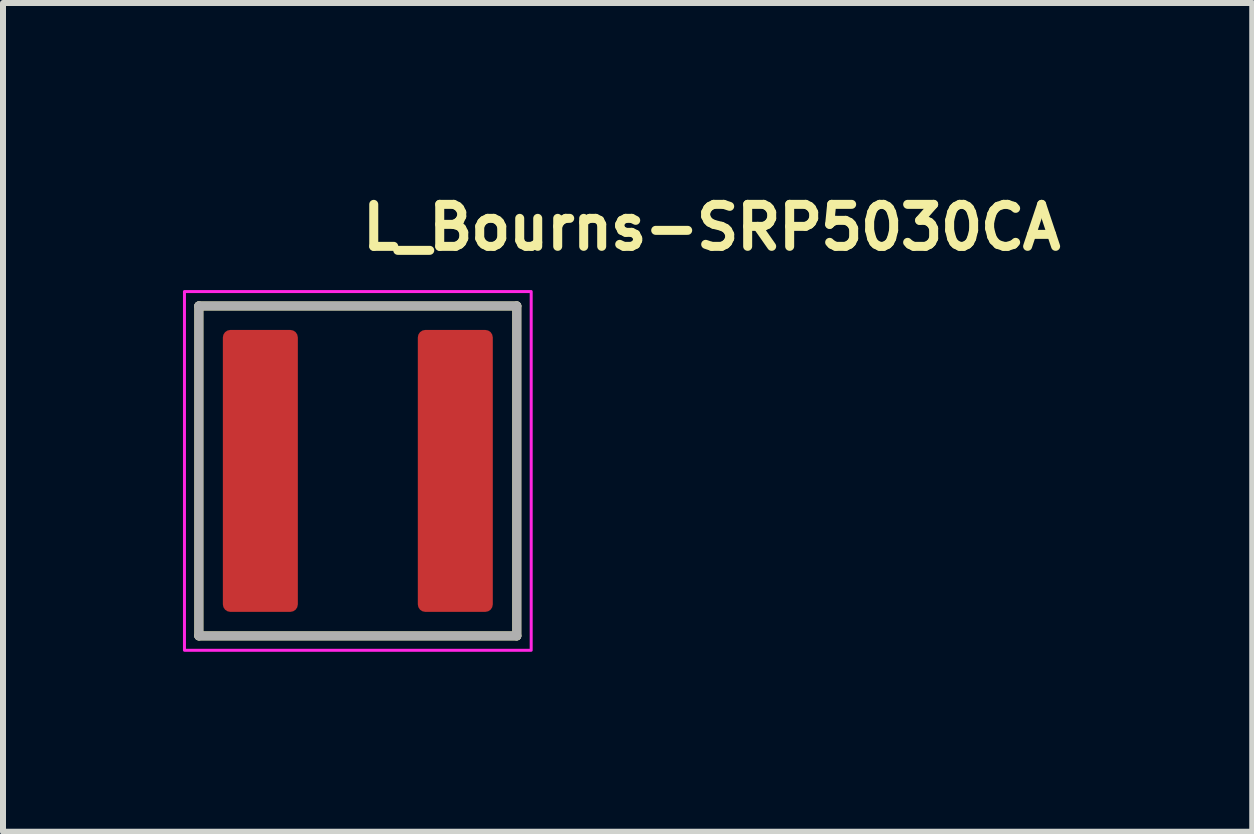
<source format=kicad_pcb>
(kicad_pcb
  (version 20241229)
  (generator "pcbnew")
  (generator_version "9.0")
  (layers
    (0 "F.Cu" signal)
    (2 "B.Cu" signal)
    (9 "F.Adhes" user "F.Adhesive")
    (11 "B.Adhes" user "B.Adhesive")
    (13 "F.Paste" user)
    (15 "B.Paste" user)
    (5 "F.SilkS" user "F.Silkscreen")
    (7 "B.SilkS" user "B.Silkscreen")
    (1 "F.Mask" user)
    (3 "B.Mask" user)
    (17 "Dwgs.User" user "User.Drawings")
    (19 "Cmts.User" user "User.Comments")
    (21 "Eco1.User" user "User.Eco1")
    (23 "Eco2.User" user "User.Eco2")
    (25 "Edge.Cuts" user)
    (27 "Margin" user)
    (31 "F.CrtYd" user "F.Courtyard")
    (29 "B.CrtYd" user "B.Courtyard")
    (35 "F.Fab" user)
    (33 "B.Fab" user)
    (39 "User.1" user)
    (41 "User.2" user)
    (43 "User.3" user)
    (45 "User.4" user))
  (footprint "L_Bourns-SRP5030CA"
    (layer "F.Cu")
    (at 2.915 4.8)
    (property "Reference" "L_Bourns-SRP5030CA" (at 0 -3.65 0) (layer "F.SilkS") (effects (font (size 0.7 0.7) (thickness 0.15)) (justify left bottom)))
    (attr smd)
    (fp_line (start -2.65 -2.75) (end 2.65 -2.75) (stroke (width 0.15) (type solid)) (layer "F.SilkS"))
    (fp_line (start -2.65 2.75) (end -2.65 -2.75) (stroke (width 0.15) (type solid)) (layer "F.SilkS"))
    (fp_line (start -2.65 2.75) (end 2.65 2.75) (stroke (width 0.15) (type solid)) (layer "F.SilkS"))
    (fp_line (start 2.65 2.75) (end 2.65 -2.75) (stroke (width 0.15) (type solid)) (layer "F.SilkS"))
    (fp_rect (start -2.89 -2.99) (end 2.89 2.99) (stroke (width 0.05) (type solid)) (fill no) (layer "F.CrtYd"))
    (fp_line (start -2.65 -2.75) (end 2.65 -2.75) (stroke (width 0.15) (type solid)) (layer "F.Fab"))
    (fp_line (start -2.65 2.75) (end -2.65 -2.75) (stroke (width 0.15) (type solid)) (layer "F.Fab"))
    (fp_line (start 2.65 -2.75) (end 2.65 2.75) (stroke (width 0.15) (type solid)) (layer "F.Fab"))
    (fp_line (start 2.65 2.75) (end -2.65 2.75) (stroke (width 0.15) (type solid)) (layer "F.Fab"))
    (fp_rect (start -2.64 -2.74) (end 2.64 2.74) (stroke (width 0.1) (type solid)) (fill no) (layer "User.5"))
    (fp_line (start -2.64 -2.54) (end -2.64 2.54) (stroke (width 0.02) (type solid)) (layer "User.9"))
    (fp_line (start -2.64 2.54) (end -2.639 2.549) (stroke (width 0.02) (type solid)) (layer "User.9"))
    (fp_line (start -2.639 -2.559) (end -2.639 -2.549) (stroke (width 0.02) (type solid)) (layer "User.9"))
    (fp_line (start -2.639 -2.549) (end -2.64 -2.54) (stroke (width 0.02) (type solid)) (layer "User.9"))
    (fp_line (start -2.639 2.549) (end -2.639 2.559) (stroke (width 0.02) (type solid)) (layer "User.9"))
    (fp_line (start -2.639 2.559) (end -2.637 2.569) (stroke (width 0.02) (type solid)) (layer "User.9"))
    (fp_line (start -2.637 -2.569) (end -2.639 -2.559) (stroke (width 0.02) (type solid)) (layer "User.9"))
    (fp_line (start -2.637 2.569) (end -2.636 2.579) (stroke (width 0.02) (type solid)) (layer "User.9"))
    (fp_line (start -2.636 -2.579) (end -2.637 -2.569) (stroke (width 0.02) (type solid)) (layer "User.9"))
    (fp_line (start -2.636 2.579) (end -2.633 2.588) (stroke (width 0.02) (type solid)) (layer "User.9"))
    (fp_line (start -2.633 -2.588) (end -2.636 -2.579) (stroke (width 0.02) (type solid)) (layer "User.9"))
    (fp_line (start -2.633 2.588) (end -2.631 2.598) (stroke (width 0.02) (type solid)) (layer "User.9"))
    (fp_line (start -2.631 -2.598) (end -2.633 -2.588) (stroke (width 0.02) (type solid)) (layer "User.9"))
    (fp_line (start -2.631 2.598) (end -2.628 2.607) (stroke (width 0.02) (type solid)) (layer "User.9"))
    (fp_line (start -2.628 -2.607) (end -2.631 -2.598) (stroke (width 0.02) (type solid)) (layer "User.9"))
    (fp_line (start -2.628 2.607) (end -2.624 2.616) (stroke (width 0.02) (type solid)) (layer "User.9"))
    (fp_line (start -2.624 -2.616) (end -2.628 -2.607) (stroke (width 0.02) (type solid)) (layer "User.9"))
    (fp_line (start -2.624 2.616) (end -2.62 2.625) (stroke (width 0.02) (type solid)) (layer "User.9"))
    (fp_line (start -2.62 -2.625) (end -2.624 -2.616) (stroke (width 0.02) (type solid)) (layer "User.9"))
    (fp_line (start -2.62 2.625) (end -2.616 2.634) (stroke (width 0.02) (type solid)) (layer "User.9"))
    (fp_line (start -2.616 -2.634) (end -2.62 -2.625) (stroke (width 0.02) (type solid)) (layer "User.9"))
    (fp_line (start -2.616 2.634) (end -2.611 2.642) (stroke (width 0.02) (type solid)) (layer "User.9"))
    (fp_line (start -2.611 -2.642) (end -2.616 -2.634) (stroke (width 0.02) (type solid)) (layer "User.9"))
    (fp_line (start -2.611 2.642) (end -2.606 2.65) (stroke (width 0.02) (type solid)) (layer "User.9"))
    (fp_line (start -2.606 -2.65) (end -2.611 -2.642) (stroke (width 0.02) (type solid)) (layer "User.9"))
    (fp_line (start -2.606 2.65) (end -2.6 2.658) (stroke (width 0.02) (type solid)) (layer "User.9"))
    (fp_line (start -2.6 -2.658) (end -2.606 -2.65) (stroke (width 0.02) (type solid)) (layer "User.9"))
    (fp_line (start -2.6 2.658) (end -2.594 2.666) (stroke (width 0.02) (type solid)) (layer "User.9"))
    (fp_line (start -2.594 -2.666) (end -2.6 -2.658) (stroke (width 0.02) (type solid)) (layer "User.9"))
    (fp_line (start -2.594 2.666) (end -2.588 2.674) (stroke (width 0.02) (type solid)) (layer "User.9"))
    (fp_line (start -2.588 -2.674) (end -2.594 -2.666) (stroke (width 0.02) (type solid)) (layer "User.9"))
    (fp_line (start -2.588 2.674) (end -2.581 2.681) (stroke (width 0.02) (type solid)) (layer "User.9"))
    (fp_line (start -2.581 -2.681) (end -2.588 -2.674) (stroke (width 0.02) (type solid)) (layer "User.9"))
    (fp_line (start -2.581 -2.681) (end -2.581 -2.681) (stroke (width 0.02) (type solid)) (layer "User.9"))
    (fp_line (start -2.581 2.681) (end -2.581 2.681) (stroke (width 0.02) (type solid)) (layer "User.9"))
    (fp_line (start -2.581 2.681) (end -2.574 2.688) (stroke (width 0.02) (type solid)) (layer "User.9"))
    (fp_line (start -2.574 -2.688) (end -2.581 -2.681) (stroke (width 0.02) (type solid)) (layer "User.9"))
    (fp_line (start -2.574 2.688) (end -2.566 2.694) (stroke (width 0.02) (type solid)) (layer "User.9"))
    (fp_line (start -2.566 -2.694) (end -2.574 -2.688) (stroke (width 0.02) (type solid)) (layer "User.9"))
    (fp_line (start -2.566 2.694) (end -2.558 2.7) (stroke (width 0.02) (type solid)) (layer "User.9"))
    (fp_line (start -2.558 -2.7) (end -2.566 -2.694) (stroke (width 0.02) (type solid)) (layer "User.9"))
    (fp_line (start -2.558 2.7) (end -2.55 2.706) (stroke (width 0.02) (type solid)) (layer "User.9"))
    (fp_line (start -2.55 -2.706) (end -2.558 -2.7) (stroke (width 0.02) (type solid)) (layer "User.9"))
    (fp_line (start -2.55 2.706) (end -2.542 2.711) (stroke (width 0.02) (type solid)) (layer "User.9"))
    (fp_line (start -2.542 -2.711) (end -2.55 -2.706) (stroke (width 0.02) (type solid)) (layer "User.9"))
    (fp_line (start -2.542 2.711) (end -2.534 2.716) (stroke (width 0.02) (type solid)) (layer "User.9"))
    (fp_line (start -2.534 -2.716) (end -2.542 -2.711) (stroke (width 0.02) (type solid)) (layer "User.9"))
    (fp_line (start -2.534 2.716) (end -2.525 2.72) (stroke (width 0.02) (type solid)) (layer "User.9"))
    (fp_line (start -2.525 -2.72) (end -2.534 -2.716) (stroke (width 0.02) (type solid)) (layer "User.9"))
    (fp_line (start -2.525 2.72) (end -2.516 2.724) (stroke (width 0.02) (type solid)) (layer "User.9"))
    (fp_line (start -2.516 -2.724) (end -2.525 -2.72) (stroke (width 0.02) (type solid)) (layer "User.9"))
    (fp_line (start -2.516 2.724) (end -2.507 2.728) (stroke (width 0.02) (type solid)) (layer "User.9"))
    (fp_line (start -2.507 -2.728) (end -2.516 -2.724) (stroke (width 0.02) (type solid)) (layer "User.9"))
    (fp_line (start -2.507 2.728) (end -2.498 2.731) (stroke (width 0.02) (type solid)) (layer "User.9"))
    (fp_line (start -2.498 -2.731) (end -2.507 -2.728) (stroke (width 0.02) (type solid)) (layer "User.9"))
    (fp_line (start -2.498 2.731) (end -2.488 2.733) (stroke (width 0.02) (type solid)) (layer "User.9"))
    (fp_line (start -2.488 -2.733) (end -2.498 -2.731) (stroke (width 0.02) (type solid)) (layer "User.9"))
    (fp_line (start -2.488 2.733) (end -2.479 2.736) (stroke (width 0.02) (type solid)) (layer "User.9"))
    (fp_line (start -2.479 -2.736) (end -2.488 -2.733) (stroke (width 0.02) (type solid)) (layer "User.9"))
    (fp_line (start -2.479 2.736) (end -2.469 2.737) (stroke (width 0.02) (type solid)) (layer "User.9"))
    (fp_line (start -2.469 -2.737) (end -2.479 -2.736) (stroke (width 0.02) (type solid)) (layer "User.9"))
    (fp_line (start -2.469 2.737) (end -2.459 2.739) (stroke (width 0.02) (type solid)) (layer "User.9"))
    (fp_line (start -2.459 -2.739) (end -2.469 -2.737) (stroke (width 0.02) (type solid)) (layer "User.9"))
    (fp_line (start -2.459 2.739) (end -2.449 2.739) (stroke (width 0.02) (type solid)) (layer "User.9"))
    (fp_line (start -2.449 -2.739) (end -2.459 -2.739) (stroke (width 0.02) (type solid)) (layer "User.9"))
    (fp_line (start -2.449 2.739) (end -2.44 2.74) (stroke (width 0.02) (type solid)) (layer "User.9"))
    (fp_line (start -2.44 -2.74) (end -2.449 -2.739) (stroke (width 0.02) (type solid)) (layer "User.9"))
    (fp_line (start -2.44 -2.74) (end 2.44 -2.74) (stroke (width 0.02) (type solid)) (layer "User.9"))
    (fp_line (start -2.44 2.74) (end 2.44 2.74) (stroke (width 0.02) (type solid)) (layer "User.9"))
    (fp_line (start -1.865 -1.974) (end -1.865 2.024) (stroke (width 0.02) (type solid)) (layer "User.9"))
    (fp_line (start -1.865 2.024) (end -1.665 2.024) (stroke (width 0.02) (type solid)) (layer "User.9"))
    (fp_line (start -1.665 -1.974) (end -1.865 -1.974) (stroke (width 0.02) (type solid)) (layer "User.9"))
    (fp_line (start -1.665 2.024) (end -1.665 -1.974) (stroke (width 0.02) (type solid)) (layer "User.9"))
    (fp_line (start 2.44 -2.74) (end -2.44 -2.74) (stroke (width 0.02) (type solid)) (layer "User.9"))
    (fp_line (start 2.44 2.74) (end -2.44 2.74) (stroke (width 0.02) (type solid)) (layer "User.9"))
    (fp_line (start 2.44 2.74) (end 2.449 2.739) (stroke (width 0.02) (type solid)) (layer "User.9"))
    (fp_line (start 2.449 -2.739) (end 2.44 -2.74) (stroke (width 0.02) (type solid)) (layer "User.9"))
    (fp_line (start 2.449 2.739) (end 2.459 2.739) (stroke (width 0.02) (type solid)) (layer "User.9"))
    (fp_line (start 2.459 -2.739) (end 2.449 -2.739) (stroke (width 0.02) (type solid)) (layer "User.9"))
    (fp_line (start 2.459 2.739) (end 2.469 2.737) (stroke (width 0.02) (type solid)) (layer "User.9"))
    (fp_line (start 2.469 -2.737) (end 2.459 -2.739) (stroke (width 0.02) (type solid)) (layer "User.9"))
    (fp_line (start 2.469 2.737) (end 2.479 2.736) (stroke (width 0.02) (type solid)) (layer "User.9"))
    (fp_line (start 2.479 -2.736) (end 2.469 -2.737) (stroke (width 0.02) (type solid)) (layer "User.9"))
    (fp_line (start 2.479 2.736) (end 2.488 2.733) (stroke (width 0.02) (type solid)) (layer "User.9"))
    (fp_line (start 2.488 -2.733) (end 2.479 -2.736) (stroke (width 0.02) (type solid)) (layer "User.9"))
    (fp_line (start 2.488 2.733) (end 2.498 2.731) (stroke (width 0.02) (type solid)) (layer "User.9"))
    (fp_line (start 2.498 -2.731) (end 2.488 -2.733) (stroke (width 0.02) (type solid)) (layer "User.9"))
    (fp_line (start 2.498 2.731) (end 2.507 2.728) (stroke (width 0.02) (type solid)) (layer "User.9"))
    (fp_line (start 2.507 -2.728) (end 2.498 -2.731) (stroke (width 0.02) (type solid)) (layer "User.9"))
    (fp_line (start 2.507 2.728) (end 2.516 2.724) (stroke (width 0.02) (type solid)) (layer "User.9"))
    (fp_line (start 2.516 -2.724) (end 2.507 -2.728) (stroke (width 0.02) (type solid)) (layer "User.9"))
    (fp_line (start 2.516 2.724) (end 2.525 2.72) (stroke (width 0.02) (type solid)) (layer "User.9"))
    (fp_line (start 2.525 -2.72) (end 2.516 -2.724) (stroke (width 0.02) (type solid)) (layer "User.9"))
    (fp_line (start 2.525 2.72) (end 2.534 2.716) (stroke (width 0.02) (type solid)) (layer "User.9"))
    (fp_line (start 2.534 -2.716) (end 2.525 -2.72) (stroke (width 0.02) (type solid)) (layer "User.9"))
    (fp_line (start 2.534 2.716) (end 2.542 2.711) (stroke (width 0.02) (type solid)) (layer "User.9"))
    (fp_line (start 2.542 -2.711) (end 2.534 -2.716) (stroke (width 0.02) (type solid)) (layer "User.9"))
    (fp_line (start 2.542 2.711) (end 2.55 2.706) (stroke (width 0.02) (type solid)) (layer "User.9"))
    (fp_line (start 2.55 -2.706) (end 2.542 -2.711) (stroke (width 0.02) (type solid)) (layer "User.9"))
    (fp_line (start 2.55 2.706) (end 2.558 2.7) (stroke (width 0.02) (type solid)) (layer "User.9"))
    (fp_line (start 2.558 -2.7) (end 2.55 -2.706) (stroke (width 0.02) (type solid)) (layer "User.9"))
    (fp_line (start 2.558 2.7) (end 2.566 2.694) (stroke (width 0.02) (type solid)) (layer "User.9"))
    (fp_line (start 2.566 -2.694) (end 2.558 -2.7) (stroke (width 0.02) (type solid)) (layer "User.9"))
    (fp_line (start 2.566 2.694) (end 2.574 2.688) (stroke (width 0.02) (type solid)) (layer "User.9"))
    (fp_line (start 2.574 -2.688) (end 2.566 -2.694) (stroke (width 0.02) (type solid)) (layer "User.9"))
    (fp_line (start 2.574 2.688) (end 2.581 2.681) (stroke (width 0.02) (type solid)) (layer "User.9"))
    (fp_line (start 2.581 -2.681) (end 2.574 -2.688) (stroke (width 0.02) (type solid)) (layer "User.9"))
    (fp_line (start 2.581 -2.681) (end 2.581 -2.681) (stroke (width 0.02) (type solid)) (layer "User.9"))
    (fp_line (start 2.581 2.681) (end 2.581 2.681) (stroke (width 0.02) (type solid)) (layer "User.9"))
    (fp_line (start 2.581 2.681) (end 2.588 2.674) (stroke (width 0.02) (type solid)) (layer "User.9"))
    (fp_line (start 2.588 -2.674) (end 2.581 -2.681) (stroke (width 0.02) (type solid)) (layer "User.9"))
    (fp_line (start 2.588 2.674) (end 2.594 2.666) (stroke (width 0.02) (type solid)) (layer "User.9"))
    (fp_line (start 2.594 -2.666) (end 2.588 -2.674) (stroke (width 0.02) (type solid)) (layer "User.9"))
    (fp_line (start 2.594 2.666) (end 2.6 2.658) (stroke (width 0.02) (type solid)) (layer "User.9"))
    (fp_line (start 2.6 -2.658) (end 2.594 -2.666) (stroke (width 0.02) (type solid)) (layer "User.9"))
    (fp_line (start 2.6 2.658) (end 2.606 2.65) (stroke (width 0.02) (type solid)) (layer "User.9"))
    (fp_line (start 2.606 -2.65) (end 2.6 -2.658) (stroke (width 0.02) (type solid)) (layer "User.9"))
    (fp_line (start 2.606 2.65) (end 2.611 2.642) (stroke (width 0.02) (type solid)) (layer "User.9"))
    (fp_line (start 2.611 -2.642) (end 2.606 -2.65) (stroke (width 0.02) (type solid)) (layer "User.9"))
    (fp_line (start 2.611 2.642) (end 2.616 2.634) (stroke (width 0.02) (type solid)) (layer "User.9"))
    (fp_line (start 2.616 -2.634) (end 2.611 -2.642) (stroke (width 0.02) (type solid)) (layer "User.9"))
    (fp_line (start 2.616 2.634) (end 2.62 2.625) (stroke (width 0.02) (type solid)) (layer "User.9"))
    (fp_line (start 2.62 -2.625) (end 2.616 -2.634) (stroke (width 0.02) (type solid)) (layer "User.9"))
    (fp_line (start 2.62 2.625) (end 2.624 2.616) (stroke (width 0.02) (type solid)) (layer "User.9"))
    (fp_line (start 2.624 -2.616) (end 2.62 -2.625) (stroke (width 0.02) (type solid)) (layer "User.9"))
    (fp_line (start 2.624 2.616) (end 2.628 2.607) (stroke (width 0.02) (type solid)) (layer "User.9"))
    (fp_line (start 2.628 -2.607) (end 2.624 -2.616) (stroke (width 0.02) (type solid)) (layer "User.9"))
    (fp_line (start 2.628 2.607) (end 2.631 2.598) (stroke (width 0.02) (type solid)) (layer "User.9"))
    (fp_line (start 2.631 -2.598) (end 2.628 -2.607) (stroke (width 0.02) (type solid)) (layer "User.9"))
    (fp_line (start 2.631 2.598) (end 2.633 2.588) (stroke (width 0.02) (type solid)) (layer "User.9"))
    (fp_line (start 2.633 -2.588) (end 2.631 -2.598) (stroke (width 0.02) (type solid)) (layer "User.9"))
    (fp_line (start 2.633 2.588) (end 2.636 2.579) (stroke (width 0.02) (type solid)) (layer "User.9"))
    (fp_line (start 2.636 -2.579) (end 2.633 -2.588) (stroke (width 0.02) (type solid)) (layer "User.9"))
    (fp_line (start 2.636 2.579) (end 2.637 2.569) (stroke (width 0.02) (type solid)) (layer "User.9"))
    (fp_line (start 2.637 -2.569) (end 2.636 -2.579) (stroke (width 0.02) (type solid)) (layer "User.9"))
    (fp_line (start 2.637 2.569) (end 2.639 2.559) (stroke (width 0.02) (type solid)) (layer "User.9"))
    (fp_line (start 2.639 -2.559) (end 2.637 -2.569) (stroke (width 0.02) (type solid)) (layer "User.9"))
    (fp_line (start 2.639 -2.549) (end 2.639 -2.559) (stroke (width 0.02) (type solid)) (layer "User.9"))
    (fp_line (start 2.639 2.549) (end 2.64 2.54) (stroke (width 0.02) (type solid)) (layer "User.9"))
    (fp_line (start 2.639 2.559) (end 2.639 2.549) (stroke (width 0.02) (type solid)) (layer "User.9"))
    (fp_line (start 2.64 -2.54) (end 2.639 -2.549) (stroke (width 0.02) (type solid)) (layer "User.9"))
    (fp_line (start 2.64 2.54) (end 2.64 -2.54) (stroke (width 0.02) (type solid)) (layer "User.9"))
    (pad "1" smd roundrect (at -1.625 0) (size 1.25 4.7) (layers "F.Cu" "F.Mask" "F.Paste") (roundrect_rratio 0.1))
    (pad "2" smd roundrect (at 1.625 0) (size 1.25 4.7) (layers "F.Cu" "F.Mask" "F.Paste") (roundrect_rratio 0.1)))
  (gr_rect
    (start -3 -3)
    (end 17.825 10.815)
    (stroke (width 0.1) (type default))
    (fill no)
    (layer "Edge.Cuts")))
</source>
